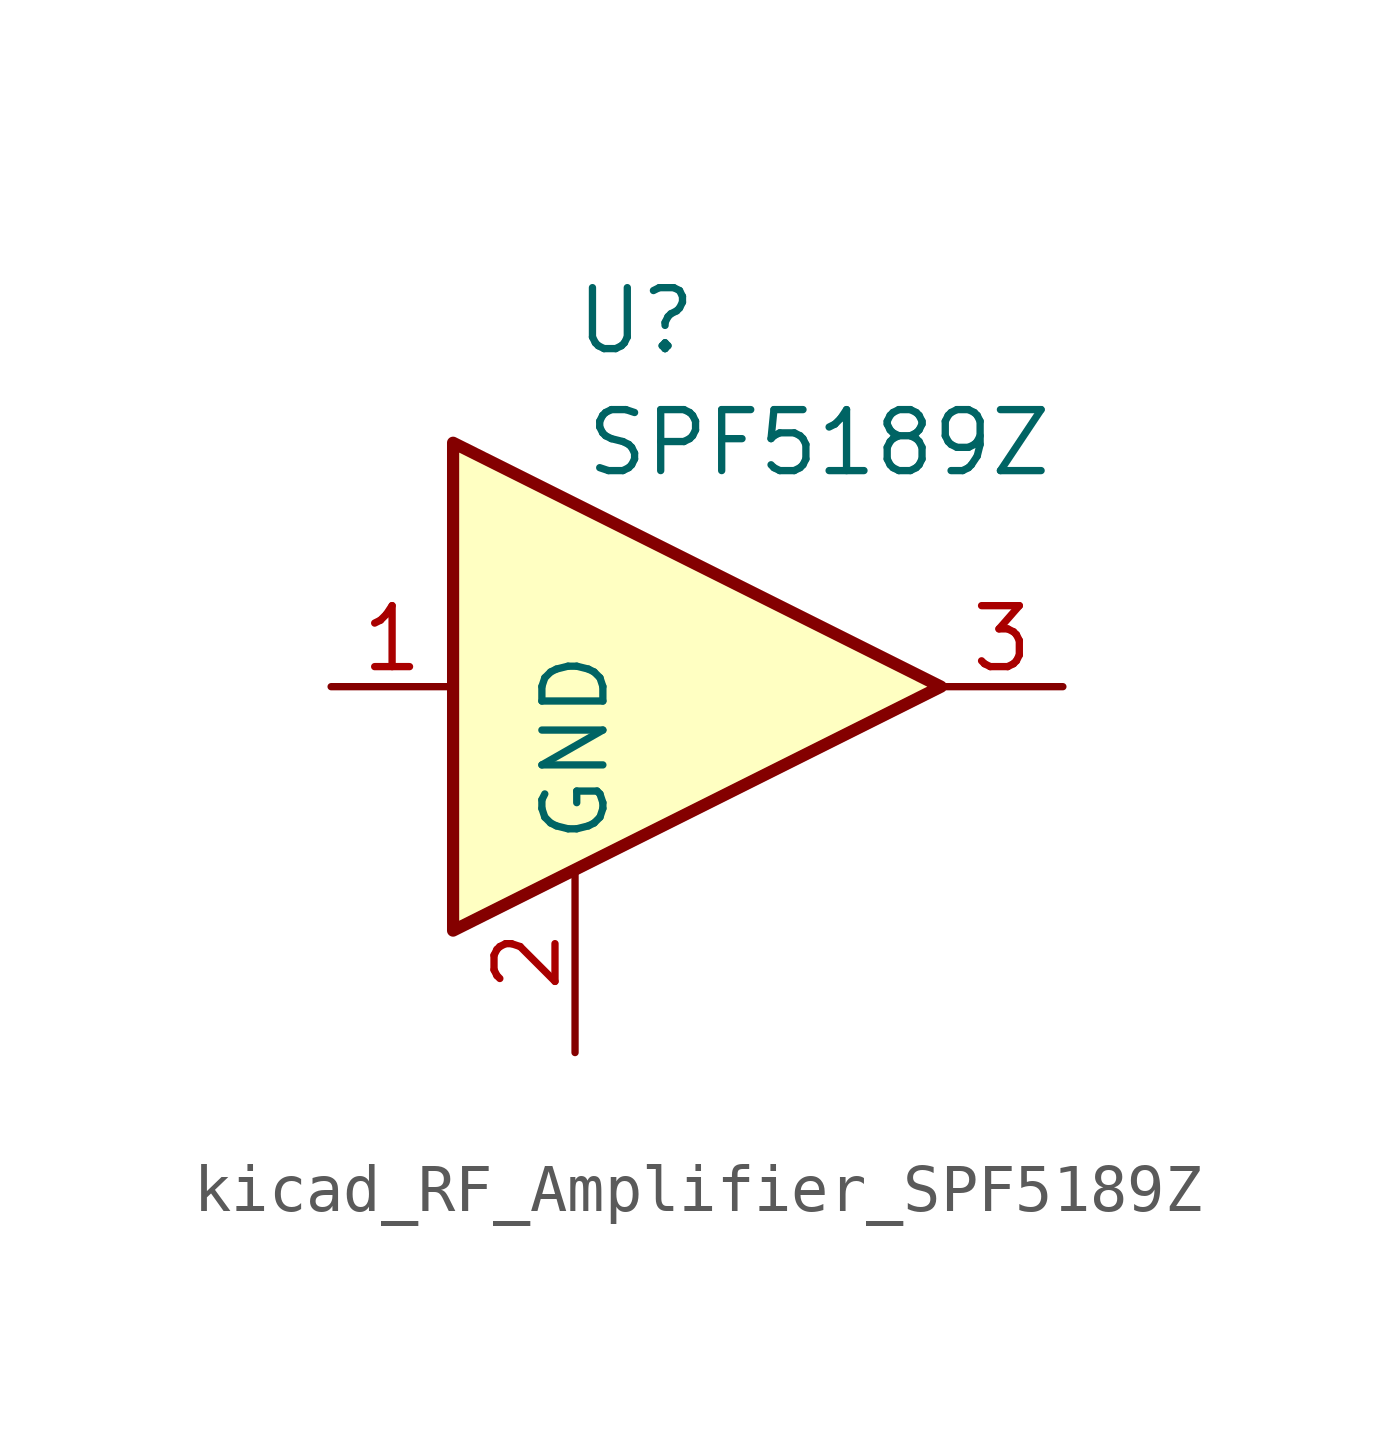
<source format=kicad_sym>
(kicad_symbol_lib
  (version 20220914)
  (generator kicad_symbol_editor)
  (symbol "kicad_RF_Amplifier_SPF5189Z"
    (property "Reference" "U"
      (at -1.27 7.62 0)
      (effects (font (size 1.27 1.27))))
    (property "Value" "SPF5189Z"
      (at 2.54 5.08 0)
      (effects (font (size 1.27 1.27))))
    (symbol "kicad_RF_Amplifier_SPF5189Z_0_1"
      (polyline (pts (xy 5.08 0) (xy -5.08 5.08) (xy -5.08 -5.08) (xy 5.08 0)) (stroke (width 0.254) (type default)) (fill (type background))))
    (symbol "kicad_RF_Amplifier_SPF5189Z_1_1"
      (pin input line (at -7.62 0 0) (length 2.54) (name "~" (effects (font (size 1.27 1.27)))) (number "1" (effects (font (size 1.27 1.27)))))
      (pin power_in line (at -2.54 -7.62 90) (length 3.81) (name "GND" (effects (font (size 1.27 1.27)))) (number "2" (effects (font (size 1.27 1.27)))))
      (pin output line (at 7.62 0 180) (length 2.54) (name "~" (effects (font (size 1.27 1.27)))) (number "3" (effects (font (size 1.27 1.27))))))))
</source>
